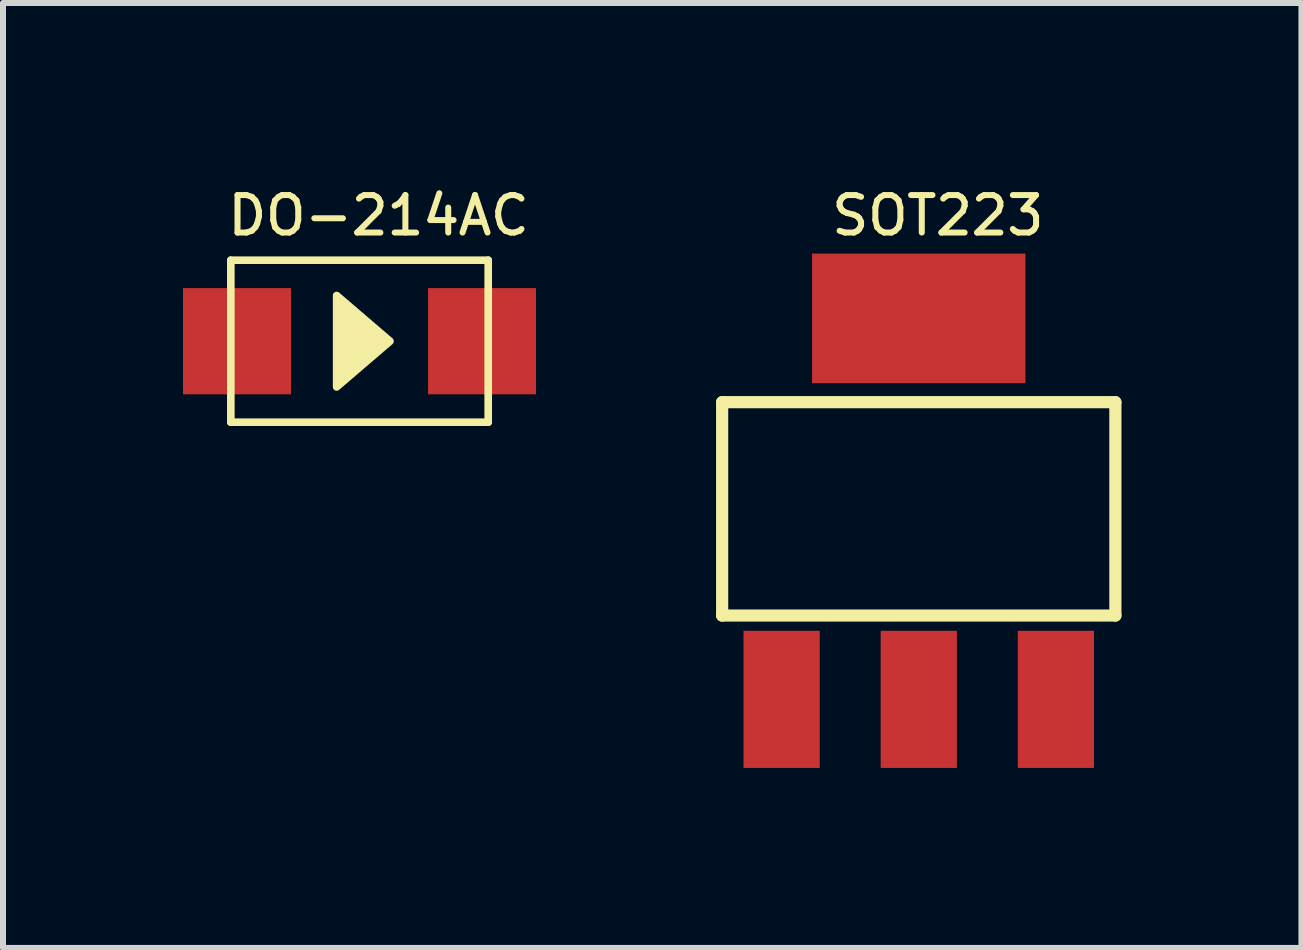
<source format=kicad_pcb>
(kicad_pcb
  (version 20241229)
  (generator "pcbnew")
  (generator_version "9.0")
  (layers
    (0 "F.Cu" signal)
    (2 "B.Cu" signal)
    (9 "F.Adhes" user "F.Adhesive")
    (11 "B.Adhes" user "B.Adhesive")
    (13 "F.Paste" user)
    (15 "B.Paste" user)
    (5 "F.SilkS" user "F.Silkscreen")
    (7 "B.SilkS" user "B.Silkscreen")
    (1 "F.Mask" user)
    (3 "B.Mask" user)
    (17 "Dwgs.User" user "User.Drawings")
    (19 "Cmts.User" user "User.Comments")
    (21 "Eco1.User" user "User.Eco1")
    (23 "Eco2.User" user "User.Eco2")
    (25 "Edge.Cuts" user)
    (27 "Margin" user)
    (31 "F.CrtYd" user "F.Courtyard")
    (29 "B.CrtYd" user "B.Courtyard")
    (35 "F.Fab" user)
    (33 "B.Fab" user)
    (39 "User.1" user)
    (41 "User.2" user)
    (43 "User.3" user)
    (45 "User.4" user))
  (footprint "SOT223"
    (layer "F.Cu")
    (at 12.263 5.431)
    (property "Reference" "SOT223" (at 0.318 -4.889 0) (layer "F.SilkS") (effects (font (size 0.625 0.625) (thickness 0.1))))
    (attr through_hole)
    (fp_line (start -3.277 -1.778) (end 3.277 -1.778) (stroke (width 0.203) (type solid)) (layer "F.SilkS"))
    (fp_line (start -3.277 1.778) (end -3.277 -1.778) (stroke (width 0.203) (type solid)) (layer "F.SilkS"))
    (fp_line (start 3.277 -1.778) (end 3.277 1.778) (stroke (width 0.203) (type solid)) (layer "F.SilkS"))
    (fp_line (start 3.277 1.778) (end -3.277 1.778) (stroke (width 0.203) (type solid)) (layer "F.SilkS"))
    (pad "1" smd rect (at -2.286 3.175) (size 1.27 2.286) (layers "F.Cu" "F.Mask" "F.Paste"))
    (pad "2" smd rect (at 0 3.175) (size 1.27 2.286) (layers "F.Cu" "F.Mask" "F.Paste"))
    (pad "3" smd rect (at 2.286 3.175) (size 1.27 2.286) (layers "F.Cu" "F.Mask" "F.Paste"))
    (pad "TER" smd rect (at 0 -3.175) (size 3.556 2.159) (layers "F.Cu" "F.Mask" "F.Paste")))
  (footprint "DO-214AC"
    (layer "F.Cu")
    (at 2.942 2.637)
    (property "Reference" "DO-214AC" (at 0.318 -2.095 0) (layer "F.SilkS") (effects (font (size 0.625 0.625) (thickness 0.1))))
    (attr through_hole)
    (fp_line (start -2.145 -1.35) (end 2.145 -1.35) (stroke (width 0.127) (type solid)) (layer "F.SilkS"))
    (fp_line (start -2.145 1.35) (end -2.145 -1.35) (stroke (width 0.127) (type solid)) (layer "F.SilkS"))
    (fp_line (start 2.145 -1.35) (end 2.145 1.35) (stroke (width 0.127) (type solid)) (layer "F.SilkS"))
    (fp_line (start 2.145 1.35) (end -2.145 1.35) (stroke (width 0.127) (type solid)) (layer "F.SilkS"))
    (fp_poly (pts (xy -0.381 -0.762) (xy 0.508 0) (xy -0.381 0.762) (xy -0.381 -0.762)) (stroke (width 0.127) (type solid)) (fill yes) (layer "F.SilkS"))
    (pad "1" smd rect (at -2.042 0 90) (size 1.77 1.8) (layers "F.Cu" "F.Mask" "F.Paste"))
    (pad "2" smd rect (at 2.042 0 90) (size 1.77 1.8) (layers "F.Cu" "F.Mask" "F.Paste")))
  (gr_rect
    (start -3 -3)
    (end 18.641 12.749)
    (stroke (width 0.1) (type default))
    (fill no)
    (layer "Edge.Cuts")))
</source>
